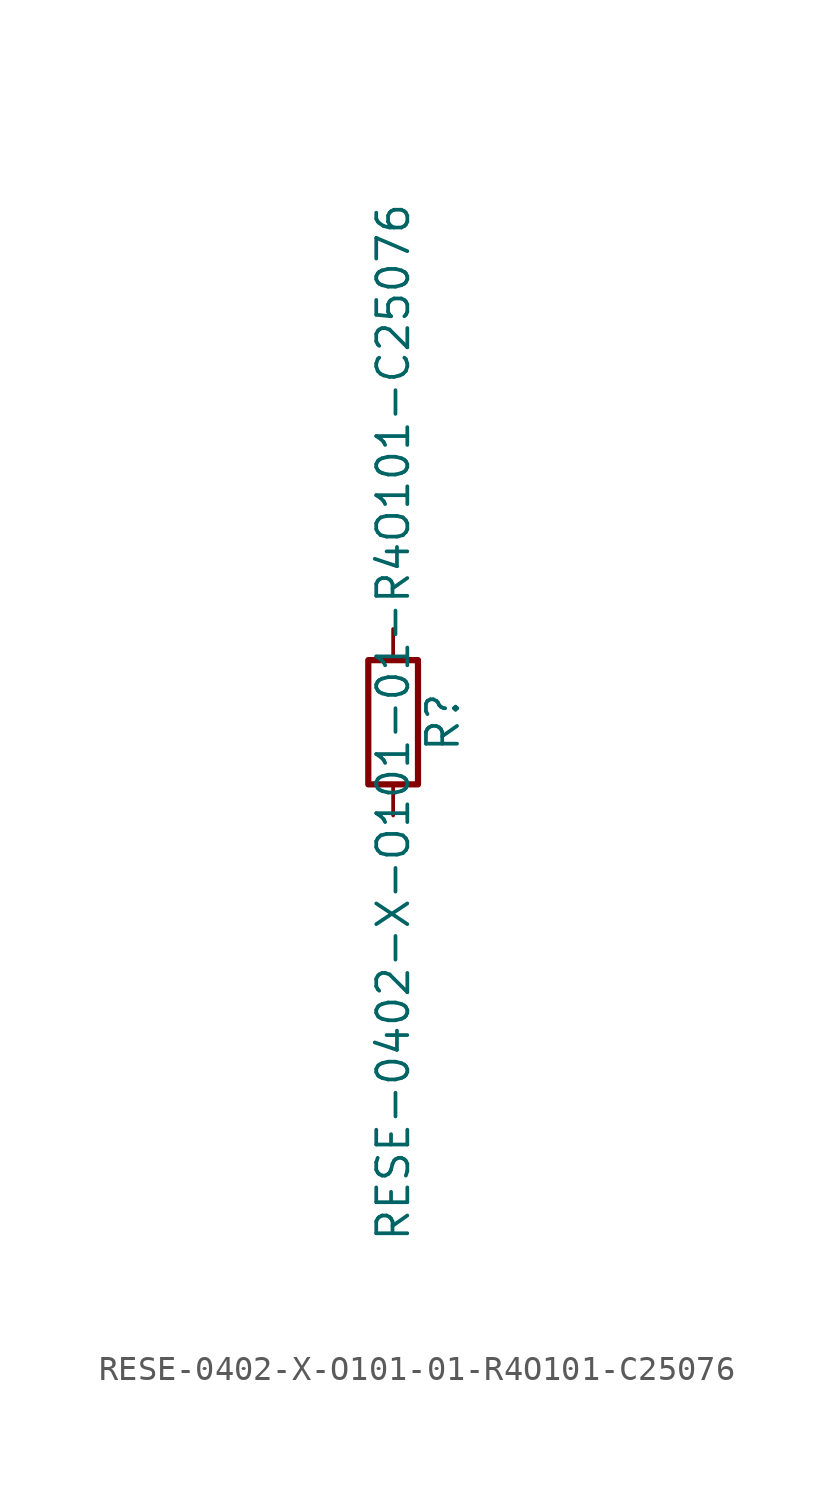
<source format=kicad_sym>
(kicad_symbol_lib
  (version 20211014)
  (generator kicad_symbol_editor)
  (symbol "RESE-0402-X-O101-01-R4O101-C25076"
    (pin_numbers hide)
    (pin_names
      (offset 0))
    (property "Reference" "R"
      (at 2.032 0 90)
      (effects (font (size 1.27 1.27))))
    (property "Value" "RESE-0402-X-O101-01-R4O101-C25076"
      (at 0 0 90)
      (effects (font (size 1.27 1.27))))
    (symbol "RESE-0402-X-O101-01-R4O101-C25076_0_1"
      (rectangle (start -1.016 -2.54) (end 1.016 2.54) (stroke (width 0.254) (type default) (color 0 0 0 0)) (fill (type none))))
    (symbol "RESE-0402-X-O101-01-R4O101-C25076_1_1"
      (pin passive line (at 0 3.81 270) (length 1.27) (name "~" (effects (font (size 1.27 1.27)))) (number "1" (effects (font (size 1.27 1.27)))))
      (pin passive line (at 0 -3.81 90) (length 1.27) (name "~" (effects (font (size 1.27 1.27)))) (number "2" (effects (font (size 1.27 1.27))))))))
</source>
